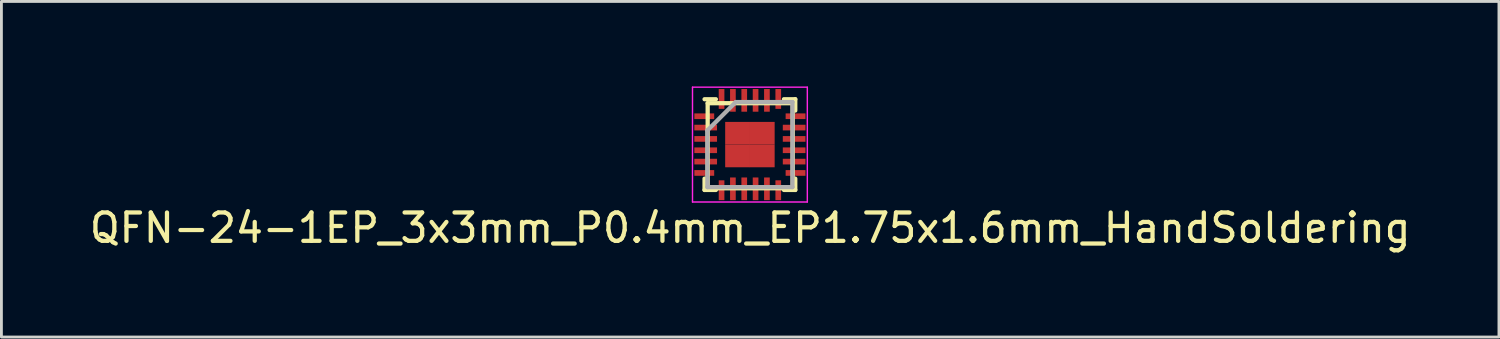
<source format=kicad_pcb>
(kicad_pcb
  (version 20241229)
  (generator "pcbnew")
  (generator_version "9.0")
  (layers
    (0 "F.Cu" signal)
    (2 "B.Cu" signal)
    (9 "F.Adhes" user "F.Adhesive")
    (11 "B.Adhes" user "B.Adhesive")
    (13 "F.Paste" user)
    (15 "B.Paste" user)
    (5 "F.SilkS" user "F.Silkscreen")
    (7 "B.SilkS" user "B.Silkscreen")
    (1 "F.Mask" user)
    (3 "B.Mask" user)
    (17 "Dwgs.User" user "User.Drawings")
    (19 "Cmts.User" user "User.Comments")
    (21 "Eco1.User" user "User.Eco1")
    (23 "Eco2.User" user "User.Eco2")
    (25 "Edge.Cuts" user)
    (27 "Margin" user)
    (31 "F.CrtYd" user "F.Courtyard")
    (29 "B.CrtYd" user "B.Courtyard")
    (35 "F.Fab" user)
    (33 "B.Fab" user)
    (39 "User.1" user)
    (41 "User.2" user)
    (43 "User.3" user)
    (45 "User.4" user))
  (footprint "QFN-24-1EP_3x3mm_P0.4mm_EP1.75x1.6mm_HandSoldering"
    (layer "F.Cu")
    (at 23.411 2.09)
    (property "Reference" "QFN-24-1EP_3x3mm_P0.4mm_EP1.75x1.6mm_HandSoldering" (at 0 2.9 0) (layer "F.SilkS") (effects (font (size 1 1) (thickness 0.15))))
    (attr through_hole)
    (fp_line (start -1.61 -1.64) (end -1.21 -1.64) (stroke (width 0.15) (type solid)) (layer "F.SilkS"))
    (fp_line (start -1.61 1.56) (end -1.61 1.16) (stroke (width 0.15) (type solid)) (layer "F.SilkS"))
    (fp_line (start -1.61 1.56) (end -1.21 1.56) (stroke (width 0.15) (type solid)) (layer "F.SilkS"))
    (fp_line (start -1.5 -1.5) (end 1.5 -1.5) (stroke (width 0.15) (type solid)) (layer "F.SilkS"))
    (fp_line (start -1.5 1.5) (end -1.5 -1.5) (stroke (width 0.15) (type solid)) (layer "F.SilkS"))
    (fp_line (start 1.5 -1.5) (end 1.5 1.5) (stroke (width 0.15) (type solid)) (layer "F.SilkS"))
    (fp_line (start 1.5 1.5) (end -1.5 1.5) (stroke (width 0.15) (type solid)) (layer "F.SilkS"))
    (fp_line (start 1.59 -1.64) (end 1.19 -1.64) (stroke (width 0.15) (type solid)) (layer "F.SilkS"))
    (fp_line (start 1.59 -1.64) (end 1.59 -1.24) (stroke (width 0.15) (type solid)) (layer "F.SilkS"))
    (fp_line (start 1.59 1.56) (end 1.19 1.56) (stroke (width 0.15) (type solid)) (layer "F.SilkS"))
    (fp_line (start 1.59 1.56) (end 1.59 1.16) (stroke (width 0.15) (type solid)) (layer "F.SilkS"))
    (fp_line (start -2.035 -2.065) (end 2.015 -2.065) (stroke (width 0.05) (type solid)) (layer "F.CrtYd"))
    (fp_line (start -2.035 1.985) (end -2.035 -2.065) (stroke (width 0.05) (type solid)) (layer "F.CrtYd"))
    (fp_line (start 2.015 -2.065) (end 2.015 1.985) (stroke (width 0.05) (type solid)) (layer "F.CrtYd"))
    (fp_line (start 2.015 1.985) (end -2.035 1.985) (stroke (width 0.05) (type solid)) (layer "F.CrtYd"))
    (fp_line (start -1.51 -0.54) (end -0.51 -1.54) (stroke (width 0.15) (type solid)) (layer "F.Fab"))
    (fp_line (start -1.51 1.46) (end -1.51 -0.54) (stroke (width 0.15) (type solid)) (layer "F.Fab"))
    (fp_line (start -0.51 -1.54) (end 1.49 -1.54) (stroke (width 0.15) (type solid)) (layer "F.Fab"))
    (fp_line (start 1.49 -1.54) (end 1.49 1.46) (stroke (width 0.15) (type solid)) (layer "F.Fab"))
    (fp_line (start 1.49 1.46) (end -1.51 1.46) (stroke (width 0.15) (type solid)) (layer "F.Fab"))
    (pad "" smd rect (at -0.445 -0.44) (size 0.875 0.8) (layers "F.Cu" "F.Mask" "F.Paste"))
    (pad "" smd rect (at -0.445 0.36) (size 0.875 0.8) (layers "F.Cu" "F.Mask" "F.Paste"))
    (pad "" smd rect (at 0.425 -0.44) (size 0.875 0.8) (layers "F.Cu" "F.Mask" "F.Paste"))
    (pad "" smd rect (at 0.425 0.36) (size 0.875 0.8) (layers "F.Cu" "F.Mask" "F.Paste"))
    (pad "1" smd rect (at -1.62 -1.04) (size 0.7 0.2) (layers "F.Cu" "F.Mask" "F.Paste"))
    (pad "2" smd rect (at -1.57 -0.64) (size 0.8 0.2) (layers "F.Cu" "F.Mask" "F.Paste"))
    (pad "3" smd rect (at -1.57 -0.24) (size 0.8 0.2) (layers "F.Cu" "F.Mask" "F.Paste"))
    (pad "4" smd rect (at -1.57 0.16) (size 0.8 0.2) (layers "F.Cu" "F.Mask" "F.Paste"))
    (pad "5" smd rect (at -1.57 0.56) (size 0.8 0.2) (layers "F.Cu" "F.Mask" "F.Paste"))
    (pad "6" smd rect (at -1.62 0.96) (size 0.7 0.2) (layers "F.Cu" "F.Mask" "F.Paste"))
    (pad "7" smd rect (at -1.01 1.57 90) (size 0.7 0.2) (layers "F.Cu" "F.Mask" "F.Paste"))
    (pad "8" smd rect (at -0.61 1.52 90) (size 0.8 0.2) (layers "F.Cu" "F.Mask" "F.Paste"))
    (pad "9" smd rect (at -0.21 1.52 90) (size 0.8 0.2) (layers "F.Cu" "F.Mask" "F.Paste"))
    (pad "10" smd rect (at 0.19 1.52 90) (size 0.8 0.2) (layers "F.Cu" "F.Mask" "F.Paste"))
    (pad "11" smd rect (at 0.59 1.52 90) (size 0.8 0.2) (layers "F.Cu" "F.Mask" "F.Paste"))
    (pad "12" smd rect (at 0.99 1.57 90) (size 0.7 0.2) (layers "F.Cu" "F.Mask" "F.Paste"))
    (pad "13" smd rect (at 1.6 0.96) (size 0.7 0.2) (layers "F.Cu" "F.Mask" "F.Paste"))
    (pad "14" smd rect (at 1.55 0.56) (size 0.8 0.2) (layers "F.Cu" "F.Mask" "F.Paste"))
    (pad "15" smd rect (at 1.55 0.16) (size 0.8 0.2) (layers "F.Cu" "F.Mask" "F.Paste"))
    (pad "16" smd rect (at 1.55 -0.24) (size 0.8 0.2) (layers "F.Cu" "F.Mask" "F.Paste"))
    (pad "17" smd rect (at 1.55 -0.64) (size 0.8 0.2) (layers "F.Cu" "F.Mask" "F.Paste"))
    (pad "18" smd rect (at 1.6 -1.04) (size 0.7 0.2) (layers "F.Cu" "F.Mask" "F.Paste"))
    (pad "19" smd rect (at 0.99 -1.65 90) (size 0.7 0.2) (layers "F.Cu" "F.Mask" "F.Paste"))
    (pad "20" smd rect (at 0.59 -1.6 90) (size 0.8 0.2) (layers "F.Cu" "F.Mask" "F.Paste"))
    (pad "21" smd rect (at 0.19 -1.6 90) (size 0.8 0.2) (layers "F.Cu" "F.Mask" "F.Paste"))
    (pad "22" smd rect (at -0.21 -1.6 90) (size 0.8 0.2) (layers "F.Cu" "F.Mask" "F.Paste"))
    (pad "23" smd rect (at -0.61 -1.6 90) (size 0.8 0.2) (layers "F.Cu" "F.Mask" "F.Paste"))
    (pad "24" smd rect (at -1.01 -1.65 90) (size 0.7 0.2) (layers "F.Cu" "F.Mask" "F.Paste")))
  (gr_rect
    (start -3 -3)
    (end 49.821 8.838)
    (stroke (width 0.1) (type default))
    (fill no)
    (layer "Edge.Cuts")))
</source>
